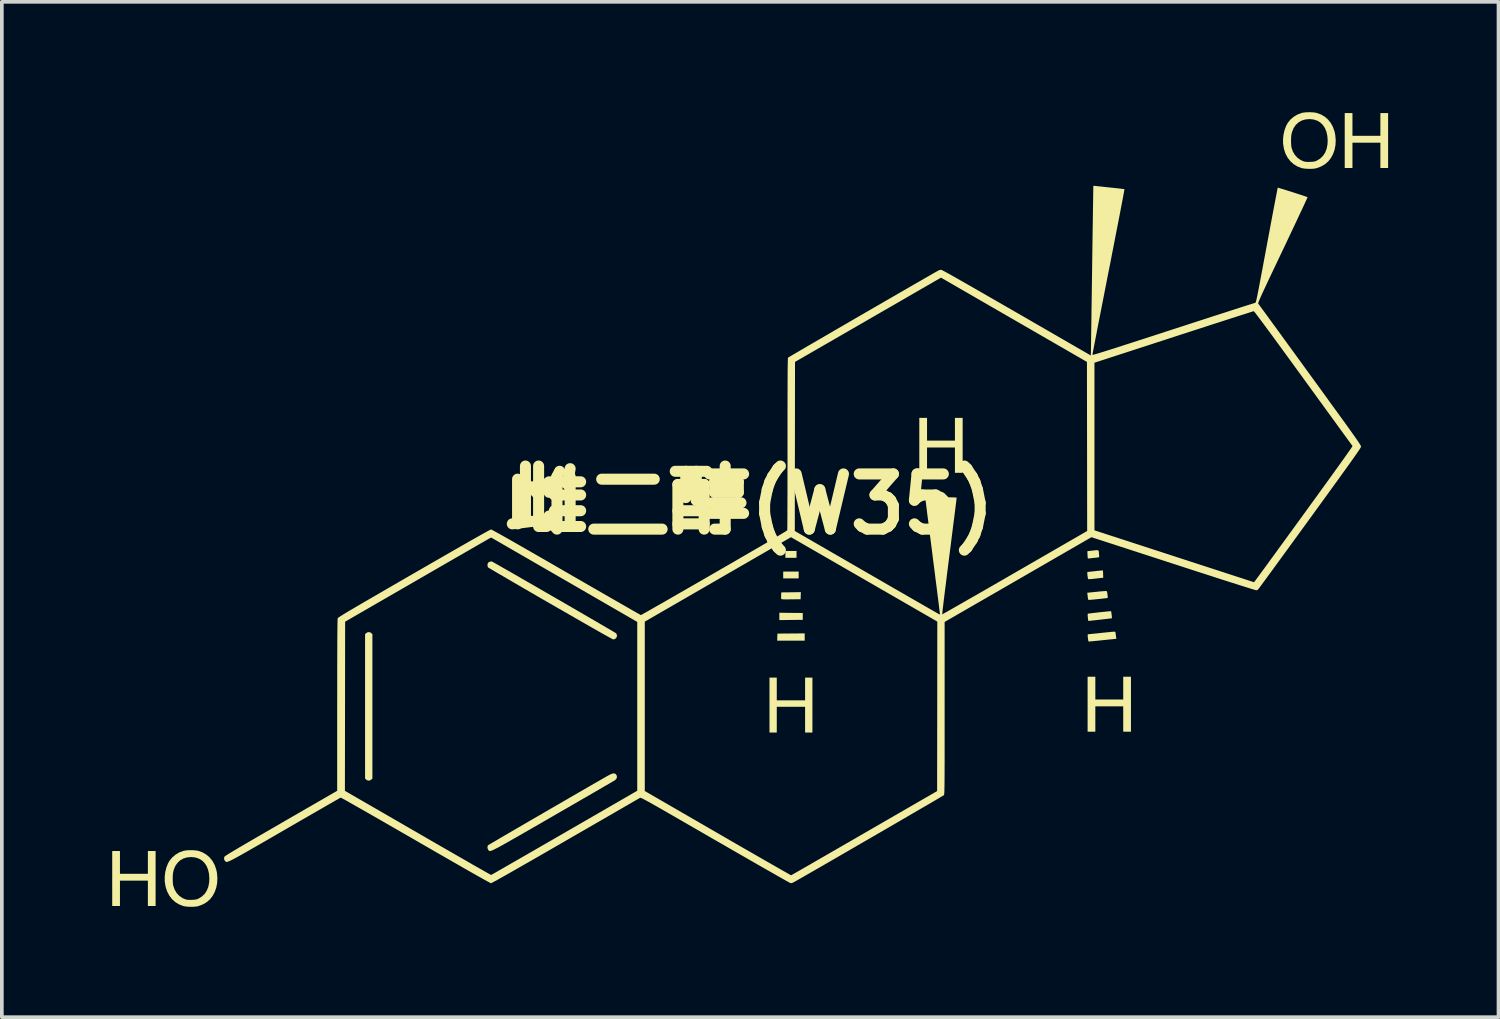
<source format=kicad_pcb>
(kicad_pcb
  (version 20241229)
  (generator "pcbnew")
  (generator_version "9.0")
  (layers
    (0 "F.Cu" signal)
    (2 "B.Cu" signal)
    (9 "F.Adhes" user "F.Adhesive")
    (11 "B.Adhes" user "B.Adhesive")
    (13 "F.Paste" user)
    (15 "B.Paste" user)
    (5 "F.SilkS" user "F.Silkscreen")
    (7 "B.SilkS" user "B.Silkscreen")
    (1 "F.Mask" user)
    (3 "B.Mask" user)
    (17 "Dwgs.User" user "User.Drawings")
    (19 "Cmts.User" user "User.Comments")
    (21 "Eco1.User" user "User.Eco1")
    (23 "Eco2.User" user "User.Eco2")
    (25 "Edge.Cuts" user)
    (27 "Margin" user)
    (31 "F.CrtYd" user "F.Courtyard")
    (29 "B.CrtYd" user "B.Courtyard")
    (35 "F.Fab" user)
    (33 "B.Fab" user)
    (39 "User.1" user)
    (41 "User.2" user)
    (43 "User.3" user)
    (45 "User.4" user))
  (footprint "雌二醇(W35)"
    (layer "F.Cu")
    (at 17.338 10.652)
    (property "Reference" "雌二醇(W35)" (at 0 0 0) (layer "F.SilkS") (effects (font (size 1.5 1.5) (thickness 0.3))))
    (attr board_only exclude_from_pos_files exclude_from_bom)
    (fp_poly (pts (xy 1.111 2.955) (xy 1.429 2.958) (xy 1.429 3.051) (xy 1.429 3.144) (xy 1.111 3.147) (xy 0.793 3.151) (xy 0.793 3.051) (xy 0.793 2.951)) (stroke (width 0) (type solid)) (fill yes) (layer "F.SilkS"))
    (fp_poly (pts (xy 1.26 1.365) (xy 1.26 1.458) (xy 1.108 1.458) (xy 0.957 1.458) (xy 0.957 1.365) (xy 0.957 1.272) (xy 1.108 1.272) (xy 1.26 1.272)) (stroke (width 0) (type solid)) (fill yes) (layer "F.SilkS"))
    (fp_poly (pts (xy 1.318 1.925) (xy 1.318 2.018) (xy 1.108 2.018) (xy 0.898 2.018) (xy 0.898 1.925) (xy 0.898 1.832) (xy 1.108 1.832) (xy 1.318 1.832)) (stroke (width 0) (type solid)) (fill yes) (layer "F.SilkS"))
    (fp_poly (pts (xy 1.482 3.611) (xy 1.482 3.71) (xy 1.108 3.71) (xy 0.734 3.71) (xy 0.737 3.614) (xy 0.741 3.518) (xy 1.111 3.515) (xy 1.482 3.512)) (stroke (width 0) (type solid)) (fill yes) (layer "F.SilkS"))
    (fp_poly (pts (xy -10.322 3.486) (xy -10.296 3.506) (xy -10.267 3.534) (xy -10.267 5.495) (xy -10.267 7.457) (xy -10.296 7.485) (xy -10.334 7.509) (xy -10.367 7.514) (xy -10.411 7.504) (xy -10.437 7.485) (xy -10.466 7.457) (xy -10.466 5.495) (xy -10.466 3.534) (xy -10.437 3.506) (xy -10.399 3.482) (xy -10.367 3.477)) (stroke (width 0) (type solid)) (fill yes) (layer "F.SilkS"))
    (fp_poly (pts (xy 1.374 2.488) (xy 1.371 2.584) (xy 1.111 2.587) (xy 1.024 2.588) (xy 0.958 2.588) (xy 0.909 2.587) (xy 0.876 2.585) (xy 0.856 2.582) (xy 0.847 2.577) (xy 0.845 2.575) (xy 0.842 2.555) (xy 0.841 2.521) (xy 0.842 2.478) (xy 0.846 2.398) (xy 1.112 2.395) (xy 1.378 2.391)) (stroke (width 0) (type solid)) (fill yes) (layer "F.SilkS"))
    (fp_poly (pts (xy -17.128 9.736) (xy -17.128 10.046) (xy -16.749 10.046) (xy -16.369 10.046) (xy -16.369 9.736) (xy -16.369 9.427) (xy -16.264 9.427) (xy -16.159 9.427) (xy -16.159 10.174) (xy -16.159 10.921) (xy -16.264 10.921) (xy -16.369 10.921) (xy -16.369 10.577) (xy -16.369 10.232) (xy -16.749 10.232) (xy -17.128 10.232) (xy -17.128 10.577) (xy -17.128 10.921) (xy -17.233 10.921) (xy -17.338 10.921) (xy -17.338 10.174) (xy -17.338 9.427) (xy -17.233 9.427) (xy -17.128 9.427)) (stroke (width 0) (type solid)) (fill yes) (layer "F.SilkS"))
    (fp_poly (pts (xy 0.723 5.023) (xy 0.723 5.332) (xy 1.108 5.332) (xy 1.493 5.332) (xy 1.493 5.023) (xy 1.493 4.714) (xy 1.593 4.714) (xy 1.692 4.714) (xy 1.692 5.46) (xy 1.692 6.207) (xy 1.593 6.207) (xy 1.493 6.207) (xy 1.493 5.857) (xy 1.493 5.507) (xy 1.108 5.507) (xy 0.723 5.507) (xy 0.723 5.857) (xy 0.723 6.207) (xy 0.624 6.207) (xy 0.525 6.207) (xy 0.525 5.46) (xy 0.525 4.714) (xy 0.624 4.714) (xy 0.723 4.714)) (stroke (width 0) (type solid)) (fill yes) (layer "F.SilkS"))
    (fp_poly (pts (xy 4.807 -2.036) (xy 4.807 -1.727) (xy 5.186 -1.727) (xy 5.565 -1.727) (xy 5.565 -2.036) (xy 5.565 -2.345) (xy 5.67 -2.345) (xy 5.775 -2.345) (xy 5.775 -1.598) (xy 5.775 -0.852) (xy 5.67 -0.852) (xy 5.565 -0.852) (xy 5.565 -1.196) (xy 5.565 -1.54) (xy 5.186 -1.54) (xy 4.807 -1.54) (xy 4.807 -1.196) (xy 4.807 -0.852) (xy 4.702 -0.852) (xy 4.597 -0.852) (xy 4.597 -1.598) (xy 4.597 -2.345) (xy 4.702 -2.345) (xy 4.807 -2.345)) (stroke (width 0) (type solid)) (fill yes) (layer "F.SilkS"))
    (fp_poly (pts (xy 9.381 4.999) (xy 9.381 5.309) (xy 9.76 5.309) (xy 10.139 5.309) (xy 10.139 4.999) (xy 10.139 4.69) (xy 10.244 4.69) (xy 10.349 4.69) (xy 10.349 5.437) (xy 10.349 6.184) (xy 10.244 6.184) (xy 10.139 6.184) (xy 10.139 5.84) (xy 10.139 5.495) (xy 9.76 5.495) (xy 9.381 5.495) (xy 9.381 5.84) (xy 9.381 6.184) (xy 9.276 6.184) (xy 9.171 6.184) (xy 9.171 5.437) (xy 9.171 4.69) (xy 9.276 4.69) (xy 9.381 4.69)) (stroke (width 0) (type solid)) (fill yes) (layer "F.SilkS"))
    (fp_poly (pts (xy 16.369 -10.32) (xy 16.369 -10.011) (xy 16.749 -10.011) (xy 17.128 -10.011) (xy 17.128 -10.32) (xy 17.128 -10.629) (xy 17.233 -10.629) (xy 17.338 -10.629) (xy 17.338 -9.882) (xy 17.338 -9.136) (xy 17.233 -9.136) (xy 17.128 -9.136) (xy 17.128 -9.48) (xy 17.128 -9.824) (xy 16.749 -9.824) (xy 16.369 -9.824) (xy 16.369 -9.48) (xy 16.369 -9.136) (xy 16.264 -9.136) (xy 16.159 -9.136) (xy 16.159 -9.882) (xy 16.159 -10.629) (xy 16.264 -10.629) (xy 16.369 -10.629)) (stroke (width 0) (type solid)) (fill yes) (layer "F.SilkS"))
    (fp_poly (pts (xy 9.459 1.256) (xy 9.47 1.268) (xy 9.475 1.288) (xy 9.478 1.319) (xy 9.48 1.342) (xy 9.483 1.387) (xy 9.485 1.421) (xy 9.484 1.44) (xy 9.483 1.441) (xy 9.47 1.444) (xy 9.439 1.449) (xy 9.396 1.455) (xy 9.362 1.458) (xy 9.309 1.464) (xy 9.261 1.469) (xy 9.226 1.474) (xy 9.214 1.476) (xy 9.187 1.475) (xy 9.176 1.467) (xy 9.173 1.449) (xy 9.171 1.414) (xy 9.168 1.371) (xy 9.168 1.365) (xy 9.165 1.278) (xy 9.287 1.264) (xy 9.357 1.256) (xy 9.406 1.251) (xy 9.439 1.251)) (stroke (width 0) (type solid)) (fill yes) (layer "F.SilkS"))
    (fp_poly (pts (xy 9.588 1.812) (xy 9.59 1.842) (xy 9.592 1.884) (xy 9.592 1.901) (xy 9.596 2) (xy 9.41 2.02) (xy 9.332 2.029) (xy 9.275 2.035) (xy 9.234 2.038) (xy 9.208 2.039) (xy 9.192 2.037) (xy 9.184 2.032) (xy 9.18 2.024) (xy 9.179 2.012) (xy 9.178 2.01) (xy 9.171 1.963) (xy 9.165 1.917) (xy 9.163 1.878) (xy 9.163 1.852) (xy 9.167 1.843) (xy 9.181 1.842) (xy 9.215 1.838) (xy 9.263 1.833) (xy 9.323 1.827) (xy 9.38 1.82) (xy 9.446 1.813) (xy 9.504 1.807) (xy 9.549 1.803) (xy 9.577 1.801) (xy 9.586 1.8)) (stroke (width 0) (type solid)) (fill yes) (layer "F.SilkS"))
    (fp_poly (pts (xy 9.687 2.364) (xy 9.695 2.368) (xy 9.695 2.368) (xy 9.7 2.384) (xy 9.705 2.415) (xy 9.711 2.454) (xy 9.715 2.494) (xy 9.717 2.527) (xy 9.717 2.547) (xy 9.716 2.55) (xy 9.704 2.552) (xy 9.673 2.556) (xy 9.626 2.561) (xy 9.569 2.568) (xy 9.506 2.575) (xy 9.439 2.581) (xy 9.374 2.588) (xy 9.315 2.594) (xy 9.266 2.598) (xy 9.231 2.601) (xy 9.215 2.602) (xy 9.197 2.6) (xy 9.187 2.591) (xy 9.181 2.57) (xy 9.177 2.535) (xy 9.172 2.492) (xy 9.167 2.454) (xy 9.165 2.438) (xy 9.16 2.408) (xy 9.424 2.381) (xy 9.513 2.372) (xy 9.582 2.366) (xy 9.632 2.363) (xy 9.666 2.362)) (stroke (width 0) (type solid)) (fill yes) (layer "F.SilkS"))
    (fp_poly (pts (xy 9.913 3.467) (xy 9.924 3.475) (xy 9.93 3.496) (xy 9.935 3.532) (xy 9.94 3.575) (xy 9.945 3.613) (xy 9.948 3.629) (xy 9.953 3.659) (xy 9.588 3.696) (xy 9.498 3.706) (xy 9.415 3.714) (xy 9.342 3.721) (xy 9.282 3.727) (xy 9.239 3.731) (xy 9.214 3.734) (xy 9.209 3.734) (xy 9.195 3.724) (xy 9.19 3.713) (xy 9.186 3.691) (xy 9.181 3.655) (xy 9.176 3.614) (xy 9.173 3.571) (xy 9.174 3.547) (xy 9.18 3.537) (xy 9.186 3.535) (xy 9.201 3.534) (xy 9.237 3.531) (xy 9.29 3.525) (xy 9.356 3.519) (xy 9.433 3.511) (xy 9.518 3.502) (xy 9.532 3.5) (xy 9.619 3.491) (xy 9.7 3.483) (xy 9.771 3.476) (xy 9.829 3.47) (xy 9.871 3.467) (xy 9.893 3.465) (xy 9.895 3.465)) (stroke (width 0) (type solid)) (fill yes) (layer "F.SilkS"))
    (fp_poly (pts (xy 9.809 2.909) (xy 9.812 2.922) (xy 9.817 2.952) (xy 9.822 2.99) (xy 9.827 3.031) (xy 9.83 3.068) (xy 9.832 3.093) (xy 9.831 3.101) (xy 9.819 3.103) (xy 9.787 3.107) (xy 9.74 3.113) (xy 9.68 3.12) (xy 9.612 3.128) (xy 9.539 3.136) (xy 9.464 3.145) (xy 9.392 3.153) (xy 9.325 3.16) (xy 9.268 3.166) (xy 9.225 3.171) (xy 9.198 3.173) (xy 9.193 3.173) (xy 9.188 3.163) (xy 9.183 3.134) (xy 9.178 3.093) (xy 9.177 3.079) (xy 9.174 3.035) (xy 9.173 3) (xy 9.174 2.98) (xy 9.175 2.978) (xy 9.188 2.976) (xy 9.22 2.971) (xy 9.268 2.965) (xy 9.328 2.957) (xy 9.396 2.95) (xy 9.47 2.941) (xy 9.544 2.933) (xy 9.616 2.926) (xy 9.681 2.919) (xy 9.737 2.914) (xy 9.779 2.91) (xy 9.804 2.909)) (stroke (width 0) (type solid)) (fill yes) (layer "F.SilkS"))
    (fp_poly (pts (xy -7.019 1.559) (xy -7.006 1.566) (xy -6.973 1.584) (xy -6.923 1.612) (xy -6.857 1.649) (xy -6.775 1.696) (xy -6.681 1.75) (xy -6.573 1.811) (xy -6.455 1.879) (xy -6.327 1.952) (xy -6.191 2.031) (xy -6.047 2.114) (xy -5.897 2.2) (xy -5.743 2.289) (xy -5.585 2.38) (xy -5.426 2.472) (xy -5.265 2.565) (xy -5.105 2.657) (xy -4.947 2.749) (xy -4.792 2.838) (xy -4.642 2.926) (xy -4.497 3.01) (xy -4.359 3.09) (xy -4.229 3.165) (xy -4.109 3.235) (xy -4 3.299) (xy -3.903 3.356) (xy -3.819 3.405) (xy -3.75 3.445) (xy -3.697 3.477) (xy -3.661 3.499) (xy -3.644 3.509) (xy -3.643 3.511) (xy -3.622 3.552) (xy -3.621 3.594) (xy -3.638 3.632) (xy -3.67 3.661) (xy -3.713 3.675) (xy -3.726 3.675) (xy -3.738 3.669) (xy -3.77 3.653) (xy -3.82 3.625) (xy -3.887 3.588) (xy -3.97 3.542) (xy -4.068 3.487) (xy -4.179 3.423) (xy -4.303 3.353) (xy -4.439 3.275) (xy -4.585 3.192) (xy -4.741 3.102) (xy -4.905 3.008) (xy -5.077 2.909) (xy -5.255 2.807) (xy -5.431 2.705) (xy -5.614 2.6) (xy -5.792 2.497) (xy -5.963 2.398) (xy -6.126 2.303) (xy -6.281 2.213) (xy -6.427 2.128) (xy -6.561 2.05) (xy -6.684 1.978) (xy -6.794 1.914) (xy -6.89 1.858) (xy -6.971 1.81) (xy -7.037 1.771) (xy -7.085 1.742) (xy -7.115 1.724) (xy -7.125 1.716) (xy -7.137 1.687) (xy -7.139 1.648) (xy -7.132 1.611) (xy -7.125 1.596) (xy -7.096 1.573) (xy -7.058 1.559) (xy -7.023 1.558)) (stroke (width 0) (type solid)) (fill yes) (layer "F.SilkS"))
    (fp_poly (pts (xy -3.668 7.326) (xy -3.652 7.339) (xy -3.625 7.379) (xy -3.621 7.422) (xy -3.637 7.465) (xy -3.674 7.503) (xy -3.675 7.503) (xy -3.688 7.511) (xy -3.721 7.53) (xy -3.771 7.56) (xy -3.838 7.599) (xy -3.922 7.647) (xy -4.02 7.704) (xy -4.131 7.769) (xy -4.256 7.841) (xy -4.391 7.92) (xy -4.538 8.004) (xy -4.693 8.094) (xy -4.857 8.189) (xy -5.029 8.288) (xy -5.206 8.39) (xy -5.354 8.476) (xy -5.571 8.601) (xy -5.77 8.716) (xy -5.95 8.819) (xy -6.112 8.913) (xy -6.258 8.997) (xy -6.388 9.071) (xy -6.504 9.137) (xy -6.606 9.195) (xy -6.695 9.245) (xy -6.772 9.288) (xy -6.838 9.324) (xy -6.894 9.353) (xy -6.941 9.377) (xy -6.98 9.396) (xy -7.011 9.41) (xy -7.036 9.419) (xy -7.056 9.425) (xy -7.071 9.427) (xy -7.083 9.426) (xy -7.092 9.423) (xy -7.099 9.418) (xy -7.105 9.411) (xy -7.112 9.404) (xy -7.115 9.4) (xy -7.134 9.366) (xy -7.14 9.325) (xy -7.133 9.286) (xy -7.126 9.272) (xy -7.115 9.265) (xy -7.085 9.247) (xy -7.037 9.219) (xy -6.973 9.181) (xy -6.894 9.135) (xy -6.802 9.08) (xy -6.697 9.019) (xy -6.58 8.951) (xy -6.454 8.877) (xy -6.319 8.799) (xy -6.177 8.716) (xy -6.029 8.63) (xy -5.876 8.541) (xy -5.72 8.451) (xy -5.562 8.359) (xy -5.403 8.267) (xy -5.244 8.175) (xy -5.087 8.084) (xy -4.934 7.995) (xy -4.784 7.908) (xy -4.64 7.825) (xy -4.503 7.746) (xy -4.375 7.672) (xy -4.255 7.603) (xy -4.147 7.541) (xy -4.051 7.486) (xy -3.968 7.438) (xy -3.9 7.399) (xy -3.847 7.37) (xy -3.82 7.355) (xy -3.758 7.326) (xy -3.707 7.317)) (stroke (width 0) (type solid)) (fill yes) (layer "F.SilkS"))
    (fp_poly (pts (xy -15.099 9.408) (xy -15.03 9.416) (xy -15 9.422) (xy -14.883 9.464) (xy -14.779 9.525) (xy -14.689 9.603) (xy -14.613 9.698) (xy -14.553 9.807) (xy -14.511 9.93) (xy -14.492 10.019) (xy -14.48 10.159) (xy -14.486 10.294) (xy -14.51 10.421) (xy -14.551 10.538) (xy -14.607 10.644) (xy -14.679 10.737) (xy -14.765 10.813) (xy -14.864 10.872) (xy -14.866 10.873) (xy -14.918 10.895) (xy -14.971 10.915) (xy -15.015 10.929) (xy -15.025 10.931) (xy -15.084 10.939) (xy -15.156 10.943) (xy -15.234 10.943) (xy -15.309 10.938) (xy -15.374 10.93) (xy -15.407 10.922) (xy -15.523 10.877) (xy -15.626 10.814) (xy -15.715 10.733) (xy -15.788 10.636) (xy -15.846 10.525) (xy -15.887 10.401) (xy -15.909 10.266) (xy -15.911 10.244) (xy -15.911 10.189) (xy -15.694 10.189) (xy -15.692 10.259) (xy -15.688 10.32) (xy -15.681 10.365) (xy -15.68 10.367) (xy -15.643 10.473) (xy -15.589 10.566) (xy -15.518 10.643) (xy -15.432 10.704) (xy -15.362 10.735) (xy -15.327 10.746) (xy -15.29 10.753) (xy -15.244 10.755) (xy -15.181 10.754) (xy -15.179 10.754) (xy -15.12 10.751) (xy -15.076 10.747) (xy -15.041 10.739) (xy -15.008 10.727) (xy -14.99 10.718) (xy -14.899 10.662) (xy -14.824 10.59) (xy -14.767 10.502) (xy -14.726 10.399) (xy -14.704 10.282) (xy -14.698 10.18) (xy -14.707 10.051) (xy -14.732 9.936) (xy -14.773 9.835) (xy -14.829 9.751) (xy -14.899 9.683) (xy -14.983 9.634) (xy -15.079 9.602) (xy -15.188 9.591) (xy -15.197 9.591) (xy -15.307 9.601) (xy -15.405 9.631) (xy -15.492 9.681) (xy -15.564 9.749) (xy -15.623 9.833) (xy -15.665 9.934) (xy -15.682 10.004) (xy -15.689 10.055) (xy -15.693 10.119) (xy -15.694 10.189) (xy -15.911 10.189) (xy -15.911 10.121) (xy -15.896 9.997) (xy -15.867 9.878) (xy -15.825 9.77) (xy -15.782 9.693) (xy -15.708 9.603) (xy -15.618 9.526) (xy -15.516 9.465) (xy -15.405 9.424) (xy -15.396 9.422) (xy -15.335 9.411) (xy -15.26 9.405) (xy -15.179 9.404)) (stroke (width 0) (type solid)) (fill yes) (layer "F.SilkS"))
    (fp_poly (pts (xy 15.294 -10.648) (xy 15.364 -10.64) (xy 15.393 -10.634) (xy 15.51 -10.592) (xy 15.614 -10.532) (xy 15.705 -10.453) (xy 15.781 -10.359) (xy 15.84 -10.249) (xy 15.883 -10.126) (xy 15.901 -10.038) (xy 15.914 -9.897) (xy 15.908 -9.763) (xy 15.884 -9.635) (xy 15.843 -9.518) (xy 15.786 -9.412) (xy 15.715 -9.32) (xy 15.629 -9.243) (xy 15.529 -9.184) (xy 15.528 -9.183) (xy 15.476 -9.161) (xy 15.423 -9.141) (xy 15.379 -9.128) (xy 15.368 -9.125) (xy 15.309 -9.117) (xy 15.237 -9.113) (xy 15.16 -9.114) (xy 15.085 -9.118) (xy 15.02 -9.127) (xy 14.987 -9.134) (xy 14.871 -9.179) (xy 14.768 -9.243) (xy 14.679 -9.323) (xy 14.605 -9.42) (xy 14.547 -9.531) (xy 14.507 -9.655) (xy 14.485 -9.79) (xy 14.483 -9.812) (xy 14.483 -9.867) (xy 14.7 -9.867) (xy 14.702 -9.797) (xy 14.706 -9.736) (xy 14.713 -9.691) (xy 14.713 -9.69) (xy 14.75 -9.583) (xy 14.805 -9.491) (xy 14.876 -9.413) (xy 14.962 -9.353) (xy 15.031 -9.321) (xy 15.066 -9.31) (xy 15.104 -9.304) (xy 15.15 -9.301) (xy 15.212 -9.302) (xy 15.214 -9.302) (xy 15.274 -9.305) (xy 15.318 -9.309) (xy 15.353 -9.317) (xy 15.386 -9.33) (xy 15.403 -9.338) (xy 15.495 -9.394) (xy 15.569 -9.467) (xy 15.627 -9.554) (xy 15.667 -9.657) (xy 15.69 -9.775) (xy 15.696 -9.876) (xy 15.687 -10.006) (xy 15.662 -10.121) (xy 15.621 -10.221) (xy 15.565 -10.305) (xy 15.494 -10.373) (xy 15.411 -10.423) (xy 15.314 -10.454) (xy 15.206 -10.466) (xy 15.197 -10.466) (xy 15.087 -10.455) (xy 14.988 -10.425) (xy 14.902 -10.375) (xy 14.829 -10.308) (xy 14.771 -10.223) (xy 14.729 -10.122) (xy 14.711 -10.052) (xy 14.705 -10.001) (xy 14.701 -9.937) (xy 14.7 -9.867) (xy 14.483 -9.867) (xy 14.483 -9.936) (xy 14.498 -10.059) (xy 14.527 -10.178) (xy 14.569 -10.286) (xy 14.612 -10.364) (xy 14.685 -10.454) (xy 14.775 -10.53) (xy 14.878 -10.591) (xy 14.989 -10.632) (xy 14.998 -10.635) (xy 15.059 -10.645) (xy 15.134 -10.651) (xy 15.215 -10.652)) (stroke (width 0) (type solid)) (fill yes) (layer "F.SilkS"))
    (fp_poly (pts (xy 9.338 -8.652) (xy 9.37 -8.649) (xy 9.419 -8.644) (xy 9.481 -8.638) (xy 9.554 -8.63) (xy 9.634 -8.621) (xy 9.719 -8.612) (xy 9.805 -8.603) (xy 9.888 -8.594) (xy 9.967 -8.586) (xy 10.037 -8.578) (xy 10.096 -8.571) (xy 10.14 -8.566) (xy 10.166 -8.563) (xy 10.172 -8.562) (xy 10.171 -8.55) (xy 10.165 -8.517) (xy 10.156 -8.463) (xy 10.142 -8.389) (xy 10.125 -8.297) (xy 10.104 -8.187) (xy 10.08 -8.061) (xy 10.053 -7.92) (xy 10.023 -7.765) (xy 9.99 -7.596) (xy 9.955 -7.416) (xy 9.918 -7.225) (xy 9.879 -7.025) (xy 9.838 -6.815) (xy 9.796 -6.598) (xy 9.752 -6.375) (xy 9.74 -6.318) (xy 9.696 -6.093) (xy 9.653 -5.874) (xy 9.612 -5.662) (xy 9.572 -5.459) (xy 9.534 -5.264) (xy 9.498 -5.08) (xy 9.464 -4.908) (xy 9.433 -4.749) (xy 9.405 -4.603) (xy 9.38 -4.472) (xy 9.358 -4.357) (xy 9.339 -4.259) (xy 9.324 -4.179) (xy 9.312 -4.119) (xy 9.305 -4.079) (xy 9.302 -4.06) (xy 9.302 -4.059) (xy 9.306 -4.058) (xy 9.317 -4.059) (xy 9.337 -4.064) (xy 9.366 -4.071) (xy 9.405 -4.082) (xy 9.455 -4.097) (xy 9.516 -4.116) (xy 9.589 -4.138) (xy 9.676 -4.166) (xy 9.777 -4.197) (xy 9.893 -4.234) (xy 10.024 -4.276) (xy 10.171 -4.324) (xy 10.336 -4.377) (xy 10.519 -4.436) (xy 10.72 -4.501) (xy 10.941 -4.573) (xy 11.183 -4.651) (xy 11.445 -4.737) (xy 11.504 -4.756) (xy 11.724 -4.827) (xy 11.937 -4.897) (xy 12.144 -4.964) (xy 12.343 -5.028) (xy 12.533 -5.09) (xy 12.713 -5.148) (xy 12.882 -5.202) (xy 13.039 -5.253) (xy 13.182 -5.299) (xy 13.311 -5.341) (xy 13.425 -5.377) (xy 13.522 -5.408) (xy 13.602 -5.433) (xy 13.663 -5.452) (xy 13.704 -5.465) (xy 13.725 -5.471) (xy 13.727 -5.472) (xy 13.731 -5.473) (xy 13.734 -5.477) (xy 13.738 -5.484) (xy 13.743 -5.497) (xy 13.749 -5.516) (xy 13.756 -5.542) (xy 13.764 -5.577) (xy 13.773 -5.621) (xy 13.785 -5.676) (xy 13.798 -5.743) (xy 13.814 -5.823) (xy 13.832 -5.917) (xy 13.853 -6.026) (xy 13.876 -6.151) (xy 13.903 -6.294) (xy 13.934 -6.455) (xy 13.967 -6.636) (xy 14.005 -6.838) (xy 14.041 -7.033) (xy 14.076 -7.22) (xy 14.11 -7.401) (xy 14.142 -7.574) (xy 14.173 -7.739) (xy 14.202 -7.893) (xy 14.229 -8.036) (xy 14.254 -8.165) (xy 14.276 -8.281) (xy 14.295 -8.38) (xy 14.311 -8.463) (xy 14.323 -8.528) (xy 14.332 -8.573) (xy 14.337 -8.597) (xy 14.338 -8.601) (xy 14.35 -8.599) (xy 14.381 -8.59) (xy 14.428 -8.576) (xy 14.489 -8.558) (xy 14.559 -8.536) (xy 14.636 -8.512) (xy 14.717 -8.487) (xy 14.799 -8.46) (xy 14.88 -8.434) (xy 14.955 -8.41) (xy 15.022 -8.388) (xy 15.077 -8.369) (xy 15.119 -8.354) (xy 15.144 -8.345) (xy 15.149 -8.342) (xy 15.144 -8.331) (xy 15.131 -8.3) (xy 15.108 -8.25) (xy 15.077 -8.183) (xy 15.039 -8.1) (xy 14.993 -8.002) (xy 14.94 -7.89) (xy 14.882 -7.766) (xy 14.818 -7.63) (xy 14.749 -7.484) (xy 14.676 -7.329) (xy 14.599 -7.166) (xy 14.519 -6.997) (xy 14.473 -6.901) (xy 14.377 -6.699) (xy 14.29 -6.516) (xy 14.212 -6.352) (xy 14.143 -6.207) (xy 14.082 -6.078) (xy 14.029 -5.965) (xy 13.983 -5.866) (xy 13.943 -5.781) (xy 13.91 -5.709) (xy 13.882 -5.648) (xy 13.86 -5.598) (xy 13.842 -5.557) (xy 13.829 -5.525) (xy 13.819 -5.5) (xy 13.813 -5.481) (xy 13.809 -5.467) (xy 13.808 -5.458) (xy 13.809 -5.451) (xy 13.811 -5.446) (xy 13.813 -5.443) (xy 13.822 -5.432) (xy 13.844 -5.402) (xy 13.878 -5.355) (xy 13.924 -5.292) (xy 13.982 -5.214) (xy 14.049 -5.122) (xy 14.126 -5.016) (xy 14.213 -4.897) (xy 14.308 -4.767) (xy 14.41 -4.626) (xy 14.52 -4.475) (xy 14.636 -4.315) (xy 14.758 -4.148) (xy 14.885 -3.973) (xy 15.017 -3.792) (xy 15.152 -3.605) (xy 15.219 -3.513) (xy 15.382 -3.289) (xy 15.531 -3.084) (xy 15.667 -2.896) (xy 15.791 -2.724) (xy 15.904 -2.569) (xy 16.006 -2.428) (xy 16.098 -2.301) (xy 16.18 -2.188) (xy 16.252 -2.087) (xy 16.316 -1.998) (xy 16.371 -1.921) (xy 16.419 -1.853) (xy 16.46 -1.795) (xy 16.494 -1.746) (xy 16.522 -1.704) (xy 16.545 -1.67) (xy 16.563 -1.642) (xy 16.577 -1.62) (xy 16.587 -1.602) (xy 16.594 -1.589) (xy 16.598 -1.578) (xy 16.6 -1.57) (xy 16.601 -1.564) (xy 16.6 -1.562) (xy 16.599 -1.554) (xy 16.594 -1.543) (xy 16.585 -1.527) (xy 16.572 -1.506) (xy 16.554 -1.478) (xy 16.531 -1.443) (xy 16.502 -1.401) (xy 16.467 -1.35) (xy 16.425 -1.29) (xy 16.375 -1.22) (xy 16.318 -1.139) (xy 16.252 -1.047) (xy 16.177 -0.942) (xy 16.092 -0.825) (xy 15.998 -0.693) (xy 15.892 -0.548) (xy 15.776 -0.387) (xy 15.648 -0.21) (xy 15.507 -0.016) (xy 15.354 0.195) (xy 15.21 0.394) (xy 15.073 0.582) (xy 14.939 0.766) (xy 14.81 0.944) (xy 14.685 1.115) (xy 14.566 1.279) (xy 14.453 1.434) (xy 14.347 1.579) (xy 14.248 1.715) (xy 14.158 1.839) (xy 14.076 1.95) (xy 14.004 2.049) (xy 13.942 2.134) (xy 13.89 2.204) (xy 13.85 2.258) (xy 13.822 2.296) (xy 13.807 2.316) (xy 13.804 2.319) (xy 13.776 2.335) (xy 13.76 2.341) (xy 13.746 2.338) (xy 13.71 2.328) (xy 13.654 2.311) (xy 13.577 2.288) (xy 13.48 2.257) (xy 13.364 2.221) (xy 13.23 2.178) (xy 13.077 2.13) (xy 12.908 2.076) (xy 12.721 2.016) (xy 12.518 1.95) (xy 12.3 1.88) (xy 12.067 1.805) (xy 11.819 1.724) (xy 11.558 1.639) (xy 11.505 1.622) (xy 9.275 0.898) (xy 7.28 2.05) (xy 5.285 3.201) (xy 5.285 5.543) (xy 5.285 5.818) (xy 5.285 6.071) (xy 5.285 6.303) (xy 5.285 6.514) (xy 5.285 6.706) (xy 5.285 6.879) (xy 5.285 7.034) (xy 5.284 7.173) (xy 5.284 7.296) (xy 5.283 7.404) (xy 5.283 7.499) (xy 5.282 7.581) (xy 5.281 7.651) (xy 5.28 7.71) (xy 5.279 7.759) (xy 5.278 7.799) (xy 5.277 7.831) (xy 5.275 7.856) (xy 5.274 7.875) (xy 5.272 7.889) (xy 5.27 7.898) (xy 5.268 7.905) (xy 5.265 7.909) (xy 5.265 7.909) (xy 5.254 7.916) (xy 5.223 7.935) (xy 5.175 7.963) (xy 5.11 8.002) (xy 5.03 8.049) (xy 4.935 8.105) (xy 4.827 8.168) (xy 4.706 8.238) (xy 4.575 8.314) (xy 4.435 8.396) (xy 4.285 8.483) (xy 4.129 8.574) (xy 3.966 8.669) (xy 3.798 8.767) (xy 3.626 8.867) (xy 3.451 8.968) (xy 3.275 9.07) (xy 3.098 9.172) (xy 2.922 9.274) (xy 2.748 9.375) (xy 2.577 9.474) (xy 2.411 9.57) (xy 2.249 9.664) (xy 2.095 9.753) (xy 1.948 9.838) (xy 1.81 9.917) (xy 1.682 9.991) (xy 1.565 10.058) (xy 1.461 10.118) (xy 1.37 10.17) (xy 1.294 10.213) (xy 1.234 10.247) (xy 1.191 10.271) (xy 1.166 10.285) (xy 1.165 10.286) (xy 1.131 10.297) (xy 1.099 10.3) (xy 1.098 10.3) (xy 1.085 10.294) (xy 1.053 10.276) (xy 1.002 10.249) (xy 0.935 10.211) (xy 0.851 10.163) (xy 0.751 10.107) (xy 0.638 10.042) (xy 0.511 9.97) (xy 0.371 9.89) (xy 0.22 9.804) (xy 0.059 9.711) (xy -0.112 9.613) (xy -0.291 9.51) (xy -0.478 9.403) (xy -0.671 9.291) (xy -0.87 9.177) (xy -0.95 9.131) (xy -1.187 8.994) (xy -1.405 8.868) (xy -1.605 8.753) (xy -1.786 8.648) (xy -1.951 8.553) (xy -2.1 8.467) (xy -2.234 8.39) (xy -2.353 8.322) (xy -2.459 8.261) (xy -2.552 8.208) (xy -2.634 8.162) (xy -2.704 8.122) (xy -2.764 8.089) (xy -2.815 8.061) (xy -2.858 8.038) (xy -2.893 8.019) (xy -2.921 8.005) (xy -2.943 7.995) (xy -2.96 7.988) (xy -2.972 7.983) (xy -2.982 7.981) (xy -2.988 7.981) (xy -2.993 7.982) (xy -2.997 7.983) (xy -2.997 7.984) (xy -3.01 7.991) (xy -3.043 8.01) (xy -3.093 8.039) (xy -3.161 8.078) (xy -3.245 8.127) (xy -3.344 8.184) (xy -3.458 8.25) (xy -3.585 8.323) (xy -3.724 8.404) (xy -3.875 8.491) (xy -4.036 8.584) (xy -4.206 8.682) (xy -4.385 8.785) (xy -4.571 8.893) (xy -4.764 9.004) (xy -4.962 9.118) (xy -5.02 9.152) (xy -5.293 9.309) (xy -5.545 9.455) (xy -5.778 9.589) (xy -5.991 9.711) (xy -6.184 9.821) (xy -6.357 9.92) (xy -6.51 10.008) (xy -6.644 10.084) (xy -6.759 10.148) (xy -6.854 10.202) (xy -6.93 10.244) (xy -6.987 10.274) (xy -7.024 10.293) (xy -7.043 10.302) (xy -7.044 10.302) (xy -7.059 10.296) (xy -7.093 10.278) (xy -7.147 10.249) (xy -7.22 10.209) (xy -7.312 10.157) (xy -7.423 10.095) (xy -7.553 10.021) (xy -7.701 9.937) (xy -7.866 9.842) (xy -8.05 9.737) (xy -8.251 9.621) (xy -8.47 9.496) (xy -8.705 9.36) (xy -8.958 9.215) (xy -9.095 9.135) (xy -9.295 9.02) (xy -9.491 8.907) (xy -9.68 8.798) (xy -9.861 8.694) (xy -10.035 8.594) (xy -10.199 8.5) (xy -10.354 8.411) (xy -10.497 8.329) (xy -10.628 8.255) (xy -10.746 8.188) (xy -10.85 8.129) (xy -10.939 8.078) (xy -11.012 8.037) (xy -11.069 8.006) (xy -11.107 7.986) (xy -11.127 7.976) (xy -11.129 7.975) (xy -11.141 7.981) (xy -11.172 7.999) (xy -11.22 8.027) (xy -11.286 8.064) (xy -11.367 8.111) (xy -11.463 8.166) (xy -11.573 8.229) (xy -11.694 8.299) (xy -11.827 8.376) (xy -11.97 8.458) (xy -12.122 8.546) (xy -12.282 8.638) (xy -12.449 8.735) (xy -12.621 8.834) (xy -12.652 8.852) (xy -12.859 8.972) (xy -13.047 9.081) (xy -13.217 9.179) (xy -13.37 9.267) (xy -13.507 9.345) (xy -13.628 9.415) (xy -13.734 9.475) (xy -13.827 9.528) (xy -13.908 9.573) (xy -13.977 9.611) (xy -14.036 9.643) (xy -14.085 9.668) (xy -14.126 9.688) (xy -14.159 9.703) (xy -14.186 9.713) (xy -14.206 9.72) (xy -14.223 9.723) (xy -14.235 9.723) (xy -14.245 9.72) (xy -14.253 9.716) (xy -14.26 9.71) (xy -14.267 9.703) (xy -14.268 9.703) (xy -14.293 9.665) (xy -14.299 9.621) (xy -14.289 9.583) (xy -14.282 9.576) (xy -14.268 9.565) (xy -14.245 9.549) (xy -14.213 9.528) (xy -14.17 9.501) (xy -14.115 9.468) (xy -14.049 9.428) (xy -13.97 9.381) (xy -13.878 9.326) (xy -13.77 9.263) (xy -13.648 9.192) (xy -13.509 9.111) (xy -13.354 9.021) (xy -13.181 8.921) (xy -12.989 8.81) (xy -12.778 8.688) (xy -12.748 8.67) (xy -11.225 7.791) (xy -11.014 7.791) (xy -9.034 8.935) (xy -8.835 9.05) (xy -8.642 9.162) (xy -8.455 9.27) (xy -8.275 9.373) (xy -8.103 9.472) (xy -7.941 9.565) (xy -7.789 9.652) (xy -7.648 9.733) (xy -7.52 9.807) (xy -7.404 9.873) (xy -7.303 9.93) (xy -7.216 9.98) (xy -7.146 10.019) (xy -7.092 10.049) (xy -7.057 10.069) (xy -7.041 10.077) (xy -7.04 10.077) (xy -7.028 10.071) (xy -6.998 10.054) (xy -6.949 10.027) (xy -6.883 9.989) (xy -6.801 9.942) (xy -6.703 9.886) (xy -6.591 9.821) (xy -6.466 9.749) (xy -6.328 9.67) (xy -6.179 9.584) (xy -6.019 9.492) (xy -5.85 9.395) (xy -5.672 9.292) (xy -5.487 9.186) (xy -5.295 9.075) (xy -5.098 8.961) (xy -5.047 8.932) (xy -3.081 7.796) (xy -2.864 7.796) (xy -0.881 8.943) (xy -0.682 9.058) (xy -0.489 9.17) (xy -0.302 9.278) (xy -0.122 9.381) (xy 0.05 9.48) (xy 0.212 9.573) (xy 0.364 9.661) (xy 0.505 9.741) (xy 0.634 9.815) (xy 0.749 9.881) (xy 0.851 9.939) (xy 0.937 9.988) (xy 1.008 10.028) (xy 1.061 10.058) (xy 1.097 10.078) (xy 1.113 10.086) (xy 1.114 10.086) (xy 1.125 10.08) (xy 1.156 10.063) (xy 1.204 10.035) (xy 1.27 9.997) (xy 1.352 9.95) (xy 1.45 9.894) (xy 1.562 9.83) (xy 1.687 9.758) (xy 1.825 9.678) (xy 1.974 9.592) (xy 2.133 9.5) (xy 2.303 9.403) (xy 2.48 9.3) (xy 2.665 9.194) (xy 2.857 9.083) (xy 3.054 8.969) (xy 3.104 8.94) (xy 5.081 7.798) (xy 5.084 5.495) (xy 5.086 3.191) (xy 3.098 2.044) (xy 1.11 0.898) (xy -0.877 2.045) (xy -2.864 3.193) (xy -2.864 5.494) (xy -2.864 7.796) (xy -3.081 7.796) (xy -3.069 7.789) (xy -3.069 5.494) (xy -3.069 3.2) (xy -5.054 2.053) (xy -7.039 0.907) (xy -7.075 0.925) (xy -7.089 0.933) (xy -7.122 0.952) (xy -7.173 0.981) (xy -7.241 1.02) (xy -7.325 1.068) (xy -7.425 1.126) (xy -7.539 1.191) (xy -7.666 1.265) (xy -7.805 1.345) (xy -7.956 1.432) (xy -8.117 1.524) (xy -8.287 1.622) (xy -8.465 1.725) (xy -8.65 1.832) (xy -8.842 1.943) (xy -9.039 2.057) (xy -9.06 2.069) (xy -11.008 3.194) (xy -11.011 5.493) (xy -11.014 7.791) (xy -11.225 7.791) (xy -11.224 7.791) (xy -11.224 5.462) (xy -11.223 5.174) (xy -11.223 4.908) (xy -11.223 4.664) (xy -11.223 4.442) (xy -11.222 4.239) (xy -11.222 4.056) (xy -11.221 3.892) (xy -11.221 3.746) (xy -11.22 3.616) (xy -11.219 3.504) (xy -11.218 3.406) (xy -11.217 3.324) (xy -11.216 3.256) (xy -11.215 3.201) (xy -11.214 3.159) (xy -11.212 3.128) (xy -11.211 3.109) (xy -11.209 3.1) (xy -11.209 3.1) (xy -11.205 3.094) (xy -11.195 3.086) (xy -11.178 3.074) (xy -11.155 3.058) (xy -11.123 3.038) (xy -11.083 3.013) (xy -11.034 2.982) (xy -10.974 2.946) (xy -10.904 2.904) (xy -10.821 2.856) (xy -10.727 2.8) (xy -10.619 2.737) (xy -10.497 2.665) (xy -10.36 2.586) (xy -10.208 2.498) (xy -10.039 2.4) (xy -9.854 2.292) (xy -9.65 2.175) (xy -9.428 2.046) (xy -9.187 1.907) (xy -9.135 1.877) (xy -8.865 1.721) (xy -8.613 1.576) (xy -8.382 1.443) (xy -8.17 1.321) (xy -7.977 1.21) (xy -7.803 1.111) (xy -7.648 1.022) (xy -7.51 0.944) (xy -7.391 0.877) (xy -7.29 0.82) (xy -7.207 0.774) (xy -7.141 0.737) (xy -7.092 0.711) (xy -7.06 0.695) (xy -7.044 0.689) (xy -7.043 0.688) (xy -7.03 0.693) (xy -7.001 0.708) (xy -6.955 0.732) (xy -6.892 0.767) (xy -6.811 0.811) (xy -6.713 0.866) (xy -6.597 0.932) (xy -6.463 1.008) (xy -6.311 1.095) (xy -6.14 1.192) (xy -5.951 1.301) (xy -5.742 1.421) (xy -5.514 1.552) (xy -5.266 1.695) (xy -4.998 1.85) (xy -4.996 1.851) (xy -4.796 1.967) (xy -4.601 2.079) (xy -4.412 2.188) (xy -4.231 2.292) (xy -4.058 2.392) (xy -3.893 2.487) (xy -3.74 2.575) (xy -3.597 2.657) (xy -3.466 2.732) (xy -3.349 2.799) (xy -3.245 2.859) (xy -3.157 2.909) (xy -3.084 2.951) (xy -3.028 2.982) (xy -2.99 3.004) (xy -2.972 3.014) (xy -2.969 3.015) (xy -2.958 3.009) (xy -2.928 2.992) (xy -2.879 2.965) (xy -2.813 2.928) (xy -2.731 2.881) (xy -2.633 2.825) (xy -2.521 2.761) (xy -2.395 2.69) (xy -2.258 2.611) (xy -2.108 2.525) (xy -1.949 2.433) (xy -1.779 2.336) (xy -1.602 2.234) (xy -1.417 2.127) (xy -1.225 2.017) (xy -1.028 1.903) (xy -0.977 1.874) (xy -0.725 1.728) (xy -0.492 1.594) (xy -0.279 1.47) (xy -0.084 1.357) (xy 0.093 1.254) (xy 0.253 1.162) (xy 0.395 1.079) (xy 0.521 1.005) (xy 0.631 0.94) (xy 0.726 0.884) (xy 0.806 0.836) (xy 0.872 0.796) (xy 0.924 0.764) (xy 0.964 0.74) (xy 0.979 0.729) (xy 1.213 0.729) (xy 3.176 1.863) (xy 3.374 1.977) (xy 3.567 2.089) (xy 3.752 2.196) (xy 3.931 2.299) (xy 4.101 2.397) (xy 4.262 2.49) (xy 4.413 2.577) (xy 4.553 2.657) (xy 4.68 2.73) (xy 4.794 2.796) (xy 4.894 2.853) (xy 4.979 2.902) (xy 5.048 2.941) (xy 5.1 2.971) (xy 5.133 2.99) (xy 5.148 2.998) (xy 5.148 2.998) (xy 5.156 2.989) (xy 5.157 2.98) (xy 5.156 2.966) (xy 5.151 2.931) (xy 5.144 2.875) (xy 5.135 2.8) (xy 5.124 2.707) (xy 5.11 2.598) (xy 5.094 2.474) (xy 5.077 2.337) (xy 5.058 2.187) (xy 5.037 2.026) (xy 5.016 1.856) (xy 4.993 1.677) (xy 4.969 1.492) (xy 4.959 1.408) (xy 4.935 1.22) (xy 4.912 1.038) (xy 4.889 0.864) (xy 4.868 0.698) (xy 4.849 0.543) (xy 4.831 0.4) (xy 4.814 0.27) (xy 4.8 0.154) (xy 4.787 0.053) (xy 4.777 -0.03) (xy 4.769 -0.094) (xy 4.763 -0.139) (xy 4.761 -0.163) (xy 4.76 -0.166) (xy 4.762 -0.172) (xy 4.767 -0.176) (xy 4.778 -0.179) (xy 4.798 -0.182) (xy 4.829 -0.184) (xy 4.872 -0.185) (xy 4.93 -0.186) (xy 5.006 -0.186) (xy 5.101 -0.187) (xy 5.186 -0.187) (xy 5.302 -0.187) (xy 5.396 -0.186) (xy 5.471 -0.185) (xy 5.528 -0.184) (xy 5.568 -0.182) (xy 5.595 -0.179) (xy 5.609 -0.176) (xy 5.612 -0.172) (xy 5.611 -0.159) (xy 5.606 -0.124) (xy 5.6 -0.069) (xy 5.59 0.006) (xy 5.579 0.098) (xy 5.565 0.207) (xy 5.55 0.331) (xy 5.532 0.468) (xy 5.513 0.618) (xy 5.493 0.779) (xy 5.471 0.949) (xy 5.449 1.128) (xy 5.425 1.314) (xy 5.412 1.415) (xy 5.388 1.604) (xy 5.365 1.787) (xy 5.343 1.961) (xy 5.323 2.127) (xy 5.303 2.282) (xy 5.285 2.426) (xy 5.269 2.557) (xy 5.255 2.673) (xy 5.243 2.773) (xy 5.233 2.856) (xy 5.226 2.921) (xy 5.221 2.966) (xy 5.219 2.99) (xy 5.219 2.994) (xy 5.229 2.989) (xy 5.259 2.973) (xy 5.307 2.946) (xy 5.373 2.909) (xy 5.454 2.863) (xy 5.551 2.808) (xy 5.662 2.744) (xy 5.787 2.673) (xy 5.924 2.594) (xy 6.073 2.509) (xy 6.232 2.418) (xy 6.401 2.321) (xy 6.578 2.219) (xy 6.762 2.113) (xy 6.953 2.003) (xy 7.15 1.889) (xy 7.192 1.865) (xy 9.159 0.729) (xy 9.159 0.711) (xy 9.357 0.711) (xy 9.646 0.805) (xy 9.689 0.819) (xy 9.753 0.84) (xy 9.836 0.867) (xy 9.937 0.899) (xy 10.055 0.938) (xy 10.188 0.981) (xy 10.335 1.029) (xy 10.494 1.081) (xy 10.665 1.136) (xy 10.845 1.195) (xy 11.033 1.256) (xy 11.229 1.32) (xy 11.43 1.385) (xy 11.635 1.452) (xy 11.813 1.51) (xy 13.692 2.121) (xy 13.723 2.085) (xy 13.733 2.071) (xy 13.756 2.04) (xy 13.791 1.992) (xy 13.838 1.928) (xy 13.896 1.849) (xy 13.965 1.756) (xy 14.043 1.649) (xy 14.129 1.53) (xy 14.224 1.4) (xy 14.327 1.259) (xy 14.436 1.108) (xy 14.552 0.95) (xy 14.673 0.783) (xy 14.799 0.61) (xy 14.929 0.431) (xy 15.062 0.247) (xy 15.068 0.24) (xy 15.234 0.01) (xy 15.391 -0.205) (xy 15.536 -0.407) (xy 15.671 -0.593) (xy 15.795 -0.765) (xy 15.908 -0.922) (xy 16.009 -1.062) (xy 16.098 -1.187) (xy 16.175 -1.295) (xy 16.24 -1.387) (xy 16.292 -1.461) (xy 16.331 -1.517) (xy 16.357 -1.556) (xy 16.369 -1.577) (xy 16.37 -1.58) (xy 16.363 -1.591) (xy 16.342 -1.619) (xy 16.309 -1.665) (xy 16.264 -1.726) (xy 16.208 -1.803) (xy 16.141 -1.895) (xy 16.065 -1.999) (xy 15.98 -2.116) (xy 15.887 -2.245) (xy 15.786 -2.384) (xy 15.677 -2.533) (xy 15.563 -2.691) (xy 15.442 -2.856) (xy 15.317 -3.029) (xy 15.187 -3.208) (xy 15.054 -3.391) (xy 15.034 -3.419) (xy 14.851 -3.67) (xy 14.683 -3.902) (xy 14.527 -4.115) (xy 14.385 -4.31) (xy 14.256 -4.486) (xy 14.141 -4.643) (xy 14.038 -4.782) (xy 13.949 -4.903) (xy 13.873 -5.005) (xy 13.81 -5.089) (xy 13.76 -5.155) (xy 13.723 -5.203) (xy 13.699 -5.232) (xy 13.688 -5.244) (xy 13.687 -5.245) (xy 13.674 -5.241) (xy 13.64 -5.231) (xy 13.586 -5.214) (xy 13.513 -5.19) (xy 13.422 -5.161) (xy 13.314 -5.127) (xy 13.191 -5.087) (xy 13.053 -5.043) (xy 12.901 -4.994) (xy 12.737 -4.941) (xy 12.561 -4.885) (xy 12.375 -4.824) (xy 12.18 -4.761) (xy 11.977 -4.695) (xy 11.767 -4.627) (xy 11.55 -4.557) (xy 11.512 -4.544) (xy 9.357 -3.844) (xy 9.357 -1.567) (xy 9.357 0.711) (xy 9.159 0.711) (xy 9.156 -1.568) (xy 9.153 -3.866) (xy 7.17 -5.011) (xy 5.187 -6.156) (xy 4.988 -6.042) (xy 4.957 -6.023) (xy 4.906 -5.994) (xy 4.838 -5.955) (xy 4.753 -5.906) (xy 4.652 -5.848) (xy 4.538 -5.782) (xy 4.41 -5.708) (xy 4.27 -5.627) (xy 4.119 -5.54) (xy 3.959 -5.447) (xy 3.79 -5.35) (xy 3.613 -5.248) (xy 3.431 -5.143) (xy 3.244 -5.035) (xy 3.053 -4.924) (xy 3.004 -4.896) (xy 1.219 -3.866) (xy 1.216 -1.568) (xy 1.213 0.729) (xy 0.979 0.729) (xy 0.99 0.722) (xy 1.005 0.711) (xy 1.008 0.707) (xy 1.009 0.693) (xy 1.009 0.657) (xy 1.01 0.6) (xy 1.011 0.523) (xy 1.011 0.426) (xy 1.012 0.313) (xy 1.012 0.182) (xy 1.013 0.036) (xy 1.013 -0.124) (xy 1.014 -0.297) (xy 1.014 -0.483) (xy 1.014 -0.679) (xy 1.014 -0.886) (xy 1.015 -1.101) (xy 1.015 -1.324) (xy 1.015 -1.553) (xy 1.015 -1.64) (xy 1.015 -1.924) (xy 1.015 -2.186) (xy 1.015 -2.426) (xy 1.015 -2.646) (xy 1.016 -2.845) (xy 1.016 -3.025) (xy 1.017 -3.186) (xy 1.017 -3.33) (xy 1.018 -3.457) (xy 1.018 -3.568) (xy 1.019 -3.664) (xy 1.02 -3.745) (xy 1.021 -3.813) (xy 1.023 -3.869) (xy 1.024 -3.912) (xy 1.025 -3.944) (xy 1.027 -3.966) (xy 1.028 -3.978) (xy 1.03 -3.982) (xy 1.041 -3.989) (xy 1.071 -4.007) (xy 1.118 -4.035) (xy 1.183 -4.073) (xy 1.263 -4.12) (xy 1.358 -4.175) (xy 1.465 -4.238) (xy 1.585 -4.308) (xy 1.716 -4.384) (xy 1.856 -4.466) (xy 2.005 -4.552) (xy 2.162 -4.643) (xy 2.324 -4.738) (xy 2.492 -4.835) (xy 2.664 -4.935) (xy 2.838 -5.036) (xy 3.014 -5.138) (xy 3.19 -5.24) (xy 3.366 -5.342) (xy 3.54 -5.442) (xy 3.71 -5.541) (xy 3.877 -5.637) (xy 4.038 -5.73) (xy 4.192 -5.819) (xy 4.339 -5.904) (xy 4.477 -5.984) (xy 4.605 -6.057) (xy 4.721 -6.125) (xy 4.826 -6.184) (xy 4.916 -6.236) (xy 4.992 -6.28) (xy 5.053 -6.314) (xy 5.096 -6.338) (xy 5.12 -6.352) (xy 5.123 -6.353) (xy 5.158 -6.366) (xy 5.19 -6.37) (xy 5.202 -6.366) (xy 5.229 -6.353) (xy 5.272 -6.33) (xy 5.331 -6.298) (xy 5.406 -6.257) (xy 5.497 -6.206) (xy 5.605 -6.145) (xy 5.731 -6.073) (xy 5.874 -5.992) (xy 6.035 -5.9) (xy 6.214 -5.797) (xy 6.412 -5.683) (xy 6.629 -5.558) (xy 6.866 -5.422) (xy 7.121 -5.275) (xy 7.241 -5.206) (xy 9.258 -4.041) (xy 9.261 -4.135) (xy 9.261 -4.156) (xy 9.262 -4.2) (xy 9.263 -4.264) (xy 9.264 -4.348) (xy 9.266 -4.451) (xy 9.267 -4.571) (xy 9.269 -4.707) (xy 9.272 -4.858) (xy 9.274 -5.022) (xy 9.276 -5.2) (xy 9.279 -5.388) (xy 9.282 -5.587) (xy 9.285 -5.794) (xy 9.288 -6.01) (xy 9.291 -6.232) (xy 9.294 -6.44) (xy 9.297 -6.666) (xy 9.3 -6.885) (xy 9.303 -7.096) (xy 9.306 -7.299) (xy 9.309 -7.493) (xy 9.312 -7.675) (xy 9.314 -7.845) (xy 9.316 -8.003) (xy 9.319 -8.146) (xy 9.321 -8.273) (xy 9.322 -8.385) (xy 9.324 -8.478) (xy 9.325 -8.553) (xy 9.326 -8.607) (xy 9.326 -8.641) (xy 9.327 -8.653)) (stroke (width 0) (type solid)) (fill yes) (layer "F.SilkS")))
  (gr_rect
    (start -3 -3)
    (end 37.676 24.595)
    (stroke (width 0.1) (type default))
    (fill no)
    (layer "Edge.Cuts")))
</source>
